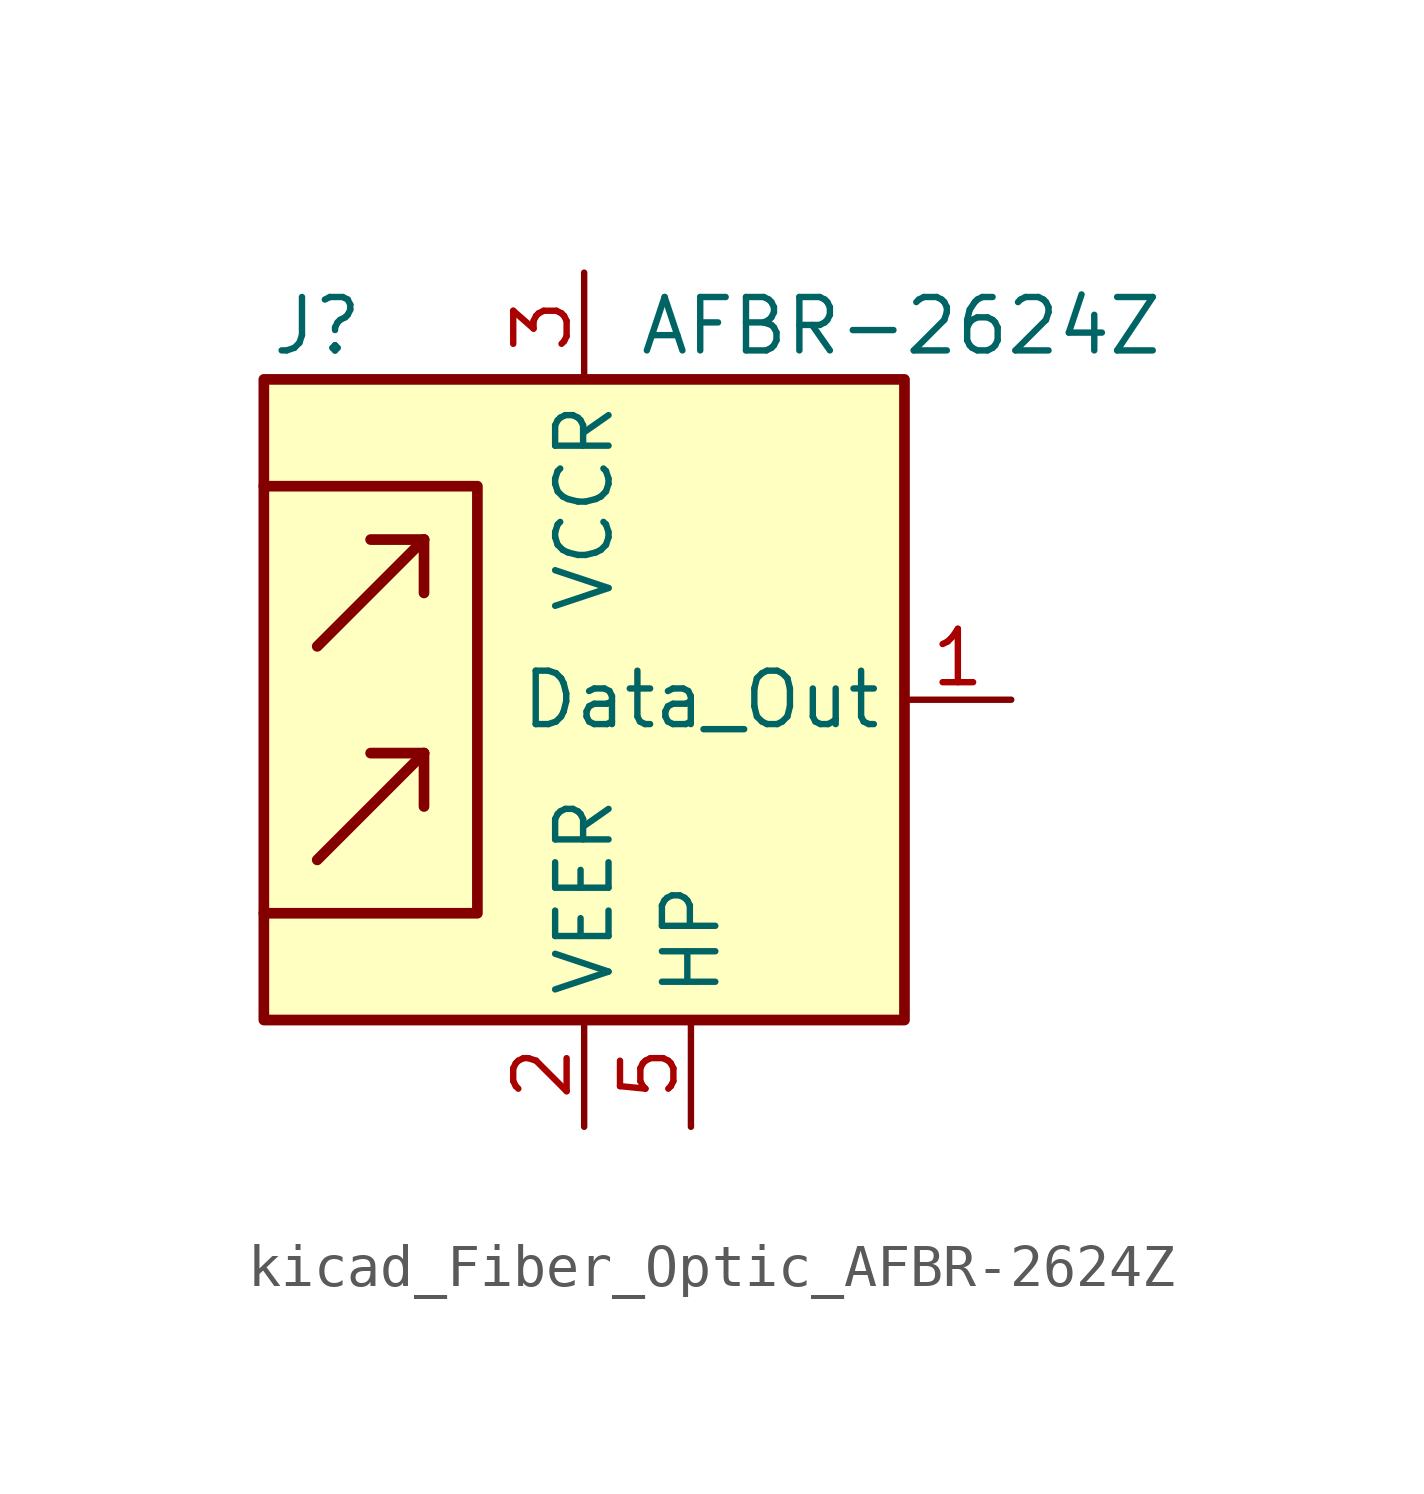
<source format=kicad_sym>
(kicad_symbol_lib
  (version 20220914)
  (generator kicad_symbol_editor)
  (symbol "kicad_Fiber_Optic_AFBR-2624Z"
    (property "Reference" "J"
      (at -6.35 8.89 0)
      (effects (font (size 1.27 1.27))))
    (property "Value" "AFBR-2624Z"
      (at 1.27 8.89 0)
      (effects (font (size 1.27 1.27)) (justify left)))
    (symbol "kicad_Fiber_Optic_AFBR-2624Z_0_1"
      (rectangle (start -7.62 7.62) (end 7.62 -7.62) (stroke (width 0.254) (type default)) (fill (type background)))
      (polyline (pts (xy -3.81 -1.27) (xy -6.35 -3.81)) (stroke (width 0.254) (type default)) (fill (type none)))
      (polyline (pts (xy -3.81 -1.27) (xy -5.08 -1.27)) (stroke (width 0.254) (type default)) (fill (type none)))
      (polyline (pts (xy -3.81 -1.27) (xy -3.81 -2.54)) (stroke (width 0.254) (type default)) (fill (type none)))
      (polyline (pts (xy -3.81 3.81) (xy -6.35 1.27)) (stroke (width 0.254) (type default)) (fill (type none)))
      (polyline (pts (xy -3.81 3.81) (xy -5.08 3.81)) (stroke (width 0.254) (type default)) (fill (type none)))
      (polyline (pts (xy -3.81 3.81) (xy -3.81 2.54)) (stroke (width 0.254) (type default)) (fill (type none)))
      (polyline (pts (xy -7.62 5.08) (xy -2.54 5.08) (xy -2.54 -5.08) (xy -7.62 -5.08)) (stroke (width 0.254) (type default)) (fill (type none))))
    (symbol "kicad_Fiber_Optic_AFBR-2624Z_1_1"
      (pin output line (at 10.16 0 180) (length 2.54) (name "Data_Out" (effects (font (size 1.27 1.27)))) (number "1" (effects (font (size 1.27 1.27)))))
      (pin power_in line (at 0 -10.16 90) (length 2.54) (name "VEER" (effects (font (size 1.27 1.27)))) (number "2" (effects (font (size 1.27 1.27)))))
      (pin power_in line (at 0 10.16 270) (length 2.54) (name "VCCR" (effects (font (size 1.27 1.27)))) (number "3" (effects (font (size 1.27 1.27)))))
      (pin no_connect line (at 7.62 5.08 180) (length 2.54) hide (name "NC" (effects (font (size 1.27 1.27)))) (number "4" (effects (font (size 1.27 1.27)))))
      (pin passive line (at 2.54 -10.16 90) (length 2.54) (name "HP" (effects (font (size 1.27 1.27)))) (number "5" (effects (font (size 1.27 1.27)))))
      (pin passive line (at 2.54 -10.16 90) (length 2.54) hide (name "HP" (effects (font (size 1.27 1.27)))) (number "8" (effects (font (size 1.27 1.27))))))))
</source>
